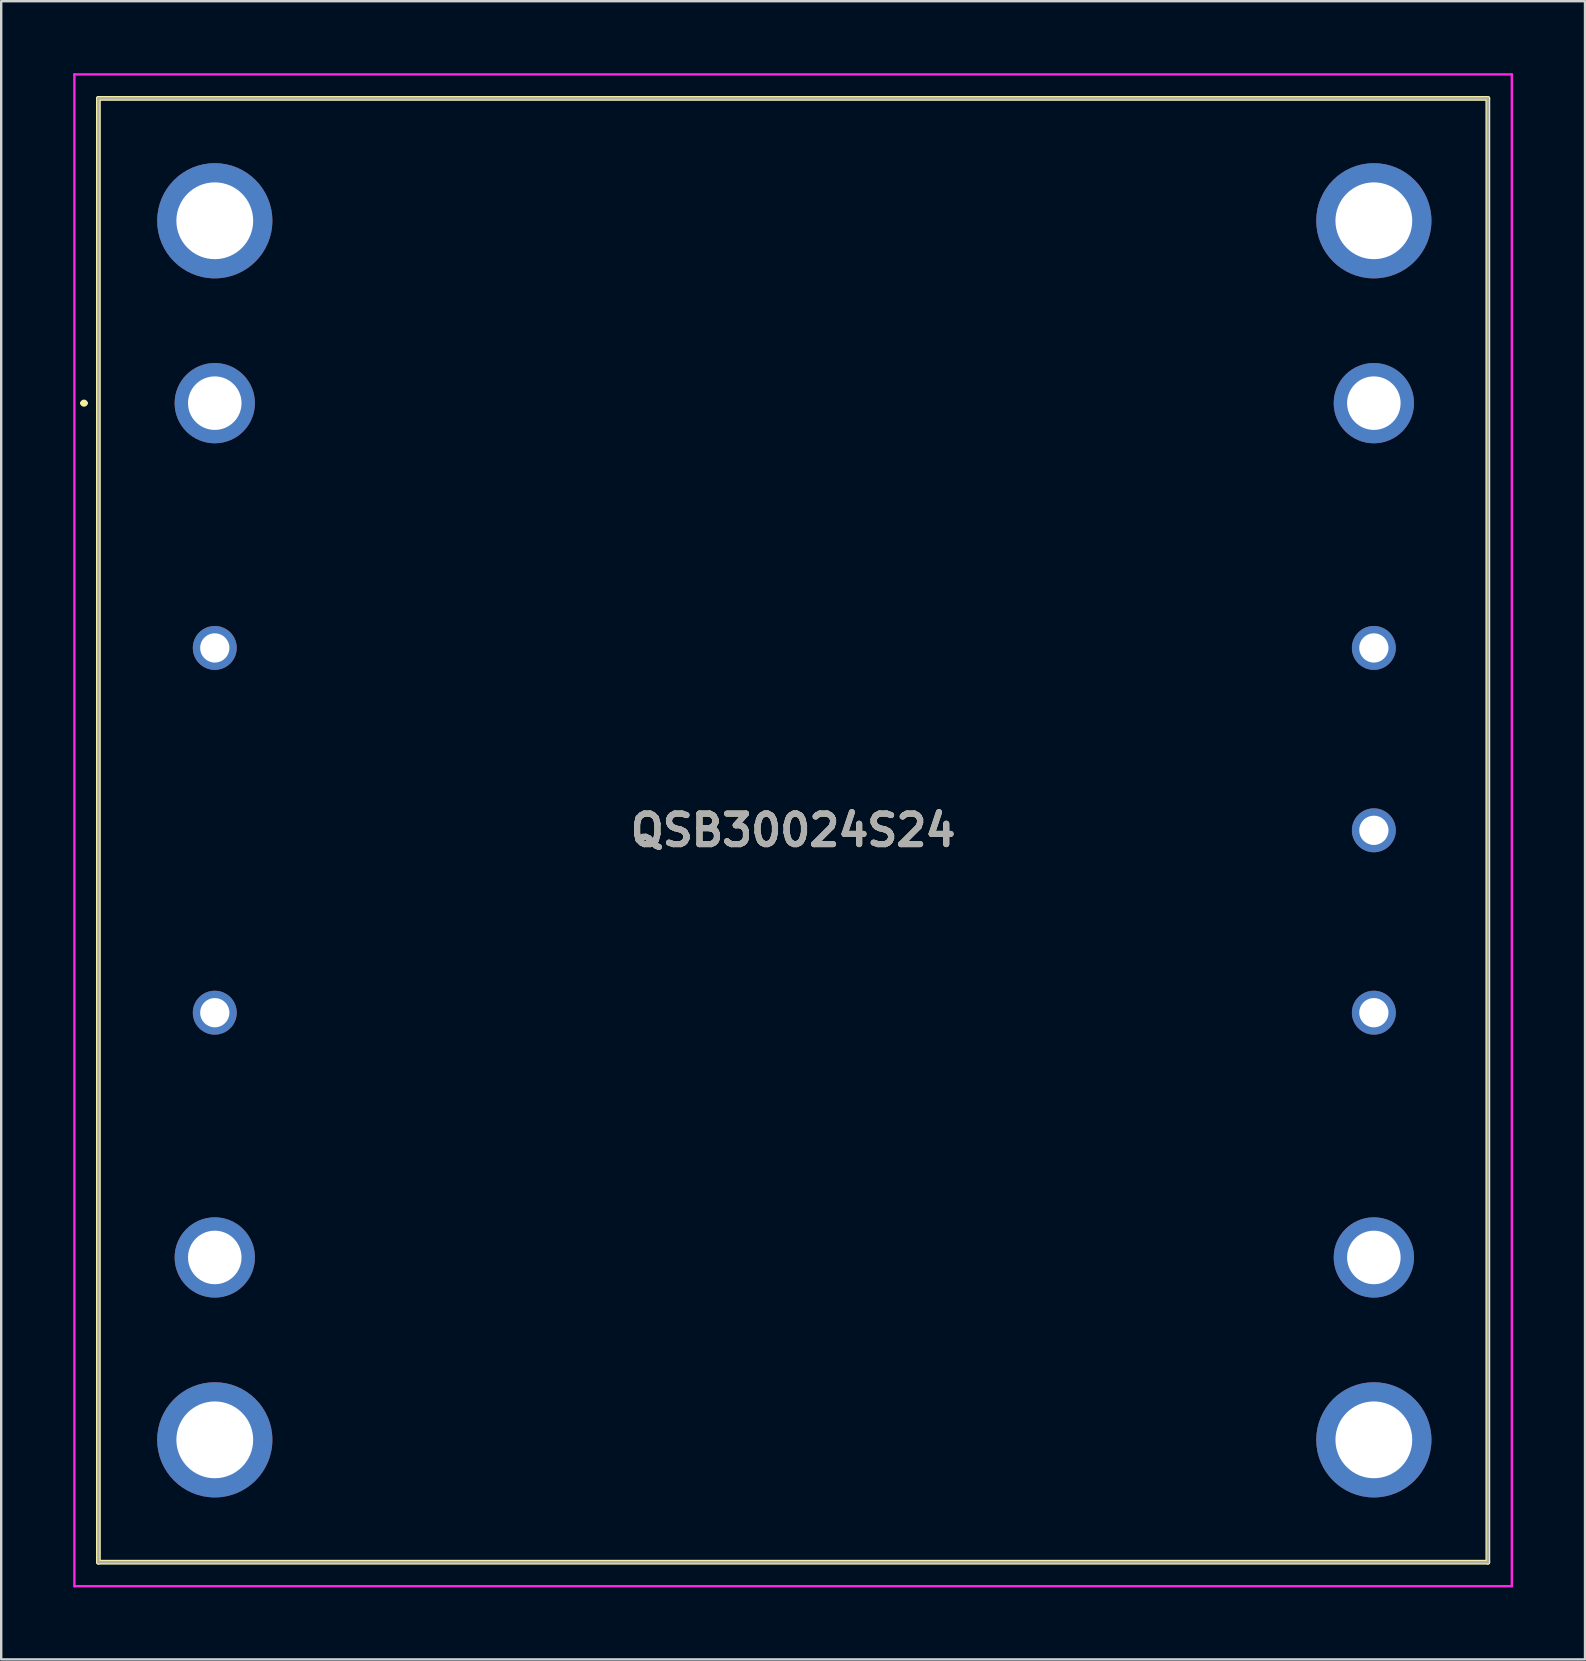
<source format=kicad_pcb>
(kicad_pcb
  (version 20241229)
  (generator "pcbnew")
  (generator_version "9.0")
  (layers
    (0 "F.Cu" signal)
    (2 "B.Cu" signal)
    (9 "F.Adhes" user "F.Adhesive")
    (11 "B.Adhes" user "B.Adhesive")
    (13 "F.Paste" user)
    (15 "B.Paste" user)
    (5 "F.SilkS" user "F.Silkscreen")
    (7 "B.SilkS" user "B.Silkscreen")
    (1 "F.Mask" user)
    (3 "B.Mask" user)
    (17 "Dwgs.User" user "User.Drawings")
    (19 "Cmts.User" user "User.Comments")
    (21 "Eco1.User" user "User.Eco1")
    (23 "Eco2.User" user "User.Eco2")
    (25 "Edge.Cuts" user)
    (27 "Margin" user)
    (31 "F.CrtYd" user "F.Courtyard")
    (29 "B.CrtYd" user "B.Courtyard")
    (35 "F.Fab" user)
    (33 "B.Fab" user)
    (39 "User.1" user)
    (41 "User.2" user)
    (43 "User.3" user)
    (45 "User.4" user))
  (footprint "QSB30024S24"
    (layer "F.Cu")
    (at 5.9 13.75)
    (property "Reference" "QSB30024S24" (at 24.1 17.8 0) (layer "F.SilkS") (effects (font (size 1.27 1.27) (thickness 0.254))))
    (attr through_hole)
    (fp_line (start -5.5 0) (end -5.5 0) (stroke (width 0.2) (type solid)) (layer "F.SilkS"))
    (fp_line (start -5.5 0) (end -5.4 0) (stroke (width 0.2) (type solid)) (layer "F.SilkS"))
    (fp_line (start -5.4 0) (end -5.4 0) (stroke (width 0.2) (type solid)) (layer "F.SilkS"))
    (fp_line (start -4.85 -12.7) (end -4.85 48.3) (stroke (width 0.2) (type solid)) (layer "F.SilkS"))
    (fp_line (start -4.85 48.3) (end 53.05 48.3) (stroke (width 0.2) (type solid)) (layer "F.SilkS"))
    (fp_line (start 53.05 -12.7) (end -4.85 -12.7) (stroke (width 0.2) (type solid)) (layer "F.SilkS"))
    (fp_line (start 53.05 48.3) (end 53.05 -12.7) (stroke (width 0.2) (type solid)) (layer "F.SilkS"))
    (fp_arc (start -5.5 0) (mid -5.45 -0.05) (end -5.4 0) (stroke (width 0.2) (type solid)) (layer "F.SilkS"))
    (fp_arc (start -5.4 0) (mid -5.45 0.05) (end -5.5 0) (stroke (width 0.2) (type solid)) (layer "F.SilkS"))
    (fp_line (start -5.85 -13.7) (end -5.85 49.3) (stroke (width 0.1) (type solid)) (layer "F.CrtYd"))
    (fp_line (start -5.85 49.3) (end 54.05 49.3) (stroke (width 0.1) (type solid)) (layer "F.CrtYd"))
    (fp_line (start 54.05 -13.7) (end -5.85 -13.7) (stroke (width 0.1) (type solid)) (layer "F.CrtYd"))
    (fp_line (start 54.05 49.3) (end 54.05 -13.7) (stroke (width 0.1) (type solid)) (layer "F.CrtYd"))
    (fp_line (start -4.85 -12.7) (end 53.05 -12.7) (stroke (width 0.1) (type solid)) (layer "F.Fab"))
    (fp_line (start -4.85 48.3) (end -4.85 -12.7) (stroke (width 0.1) (type solid)) (layer "F.Fab"))
    (fp_line (start 53.05 -12.7) (end 53.05 48.3) (stroke (width 0.1) (type solid)) (layer "F.Fab"))
    (fp_line (start 53.05 48.3) (end -4.85 48.3) (stroke (width 0.1) (type solid)) (layer "F.Fab"))
    (fp_text user "${REFERENCE}" (at 24.1 17.8 0) (layer "F.Fab") (effects (font (size 1.27 1.27) (thickness 0.254))))
    (pad "1" thru_hole circle (at 0 0) (size 3.345 3.345) (drill 2.23) (layers "*.Cu" "*.Mask"))
    (pad "2" thru_hole circle (at 0 10.2) (size 1.83 1.83) (drill 1.22) (layers "*.Cu" "*.Mask"))
    (pad "3" thru_hole circle (at 0 25.4) (size 1.83 1.83) (drill 1.22) (layers "*.Cu" "*.Mask"))
    (pad "4" thru_hole circle (at 0 35.6) (size 3.345 3.345) (drill 2.23) (layers "*.Cu" "*.Mask"))
    (pad "5" thru_hole circle (at 48.3 35.6) (size 3.345 3.345) (drill 2.23) (layers "*.Cu" "*.Mask"))
    (pad "6" thru_hole circle (at 48.3 25.4) (size 1.83 1.83) (drill 1.22) (layers "*.Cu" "*.Mask"))
    (pad "7" thru_hole circle (at 48.3 17.8) (size 1.83 1.83) (drill 1.22) (layers "*.Cu" "*.Mask"))
    (pad "8" thru_hole circle (at 48.3 10.2) (size 1.83 1.83) (drill 1.22) (layers "*.Cu" "*.Mask"))
    (pad "9" thru_hole circle (at 48.3 0) (size 3.345 3.345) (drill 2.23) (layers "*.Cu" "*.Mask"))
    (pad "MH1" thru_hole circle (at 0 -7.6) (size 4.8 4.8) (drill 3.2) (layers "*.Cu" "*.Mask"))
    (pad "MH2" thru_hole circle (at 0 43.2) (size 4.8 4.8) (drill 3.2) (layers "*.Cu" "*.Mask"))
    (pad "MH3" thru_hole circle (at 48.3 -7.6) (size 4.8 4.8) (drill 3.2) (layers "*.Cu" "*.Mask"))
    (pad "MH4" thru_hole circle (at 48.3 43.2) (size 4.8 4.8) (drill 3.2) (layers "*.Cu" "*.Mask")))
  (gr_rect
    (start -3 -3)
    (end 63 66.1)
    (stroke (width 0.1) (type default))
    (fill no)
    (layer "Edge.Cuts")))
</source>
